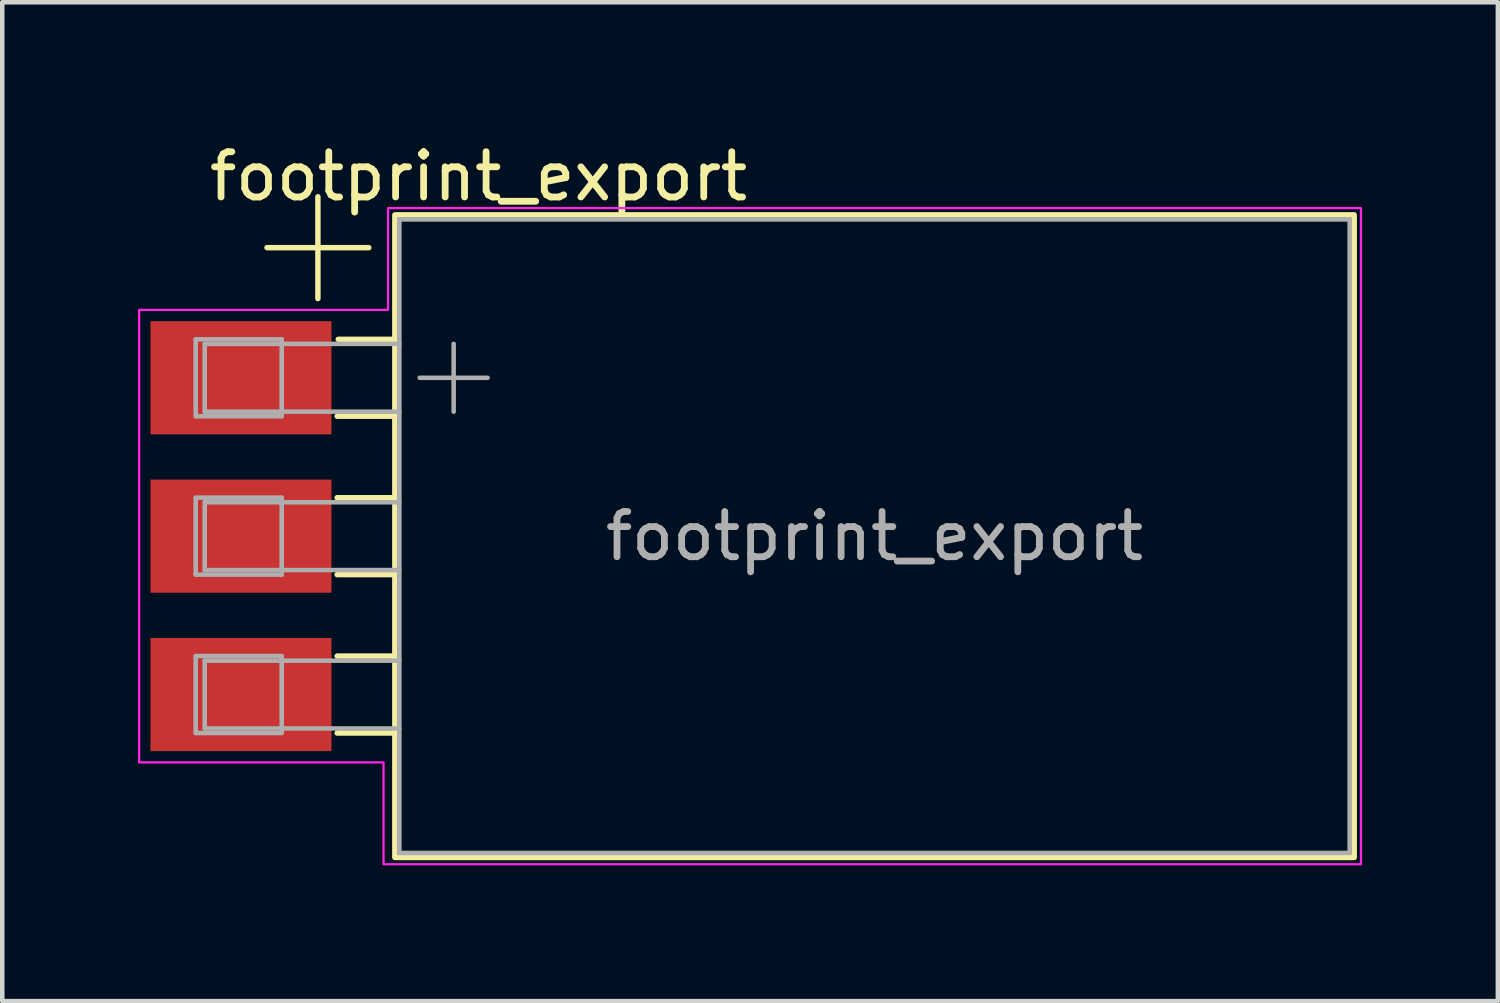
<source format=kicad_pcb>
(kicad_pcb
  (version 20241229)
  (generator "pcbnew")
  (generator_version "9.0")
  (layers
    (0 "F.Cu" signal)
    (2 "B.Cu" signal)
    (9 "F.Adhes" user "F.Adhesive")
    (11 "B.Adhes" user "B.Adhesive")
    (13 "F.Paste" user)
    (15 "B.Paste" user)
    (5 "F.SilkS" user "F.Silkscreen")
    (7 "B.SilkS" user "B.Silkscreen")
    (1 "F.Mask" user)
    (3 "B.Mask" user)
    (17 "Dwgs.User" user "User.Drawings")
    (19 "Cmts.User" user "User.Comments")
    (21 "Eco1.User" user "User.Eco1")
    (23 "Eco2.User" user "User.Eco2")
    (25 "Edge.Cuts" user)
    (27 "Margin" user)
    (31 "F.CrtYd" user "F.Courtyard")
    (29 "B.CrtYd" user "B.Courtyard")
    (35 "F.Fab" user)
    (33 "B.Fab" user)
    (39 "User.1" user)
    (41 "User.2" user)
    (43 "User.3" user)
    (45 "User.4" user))
  (footprint "footprint_export"
    (layer "F.Cu")
    (at 16.275 8.798)
    (property "Reference" "footprint_export" (at -8.75 -7.95 0) (layer "F.SilkS") (effects (font (size 1 1) (thickness 0.15))))
    (attr exclude_from_pos_files)
    (fp_line (start -13.425 -6.375) (end -11.175 -6.375) (stroke (width 0.12) (type solid)) (layer "F.SilkS"))
    (fp_line (start -12.3 -7.5) (end -12.3 -5.25) (stroke (width 0.12) (type solid)) (layer "F.SilkS"))
    (fp_line (start -11.875 -2.65) (end -10.625 -2.65) (stroke (width 0.12) (type solid)) (layer "F.SilkS"))
    (fp_line (start -11.875 -0.85) (end -10.625 -0.85) (stroke (width 0.12) (type solid)) (layer "F.SilkS"))
    (fp_line (start -11.875 0.85) (end -10.625 0.85) (stroke (width 0.12) (type solid)) (layer "F.SilkS"))
    (fp_line (start -11.875 2.65) (end -10.625 2.65) (stroke (width 0.12) (type solid)) (layer "F.SilkS"))
    (fp_line (start -11.875 4.35) (end -10.625 4.35) (stroke (width 0.12) (type solid)) (layer "F.SilkS"))
    (fp_line (start -11.85 -4.35) (end -10.6 -4.35) (stroke (width 0.12) (type solid)) (layer "F.SilkS"))
    (fp_rect (start -10.6 -7.1) (end 10.6 7.1) (stroke (width 0.12) (type solid)) (fill no) (layer "F.SilkS"))
    (fp_poly (pts (xy 10.75 7.25) (xy -10.85 7.25) (xy -10.85 5) (xy -16.25 5) (xy -16.25 -5) (xy -10.75 -5) (xy -10.75 -7.25) (xy 10.75 -7.25)) (stroke (width 0.05) (type solid)) (fill no) (layer "F.CrtYd"))
    (fp_line (start -15 -4.35) (end -15 -2.65) (stroke (width 0.1) (type solid)) (layer "F.Fab"))
    (fp_line (start -15 -2.65) (end -13.1 -2.65) (stroke (width 0.1) (type solid)) (layer "F.Fab"))
    (fp_line (start -15 -0.85) (end -15 0.85) (stroke (width 0.1) (type solid)) (layer "F.Fab"))
    (fp_line (start -15 0.85) (end -13.1 0.85) (stroke (width 0.1) (type solid)) (layer "F.Fab"))
    (fp_line (start -15 2.65) (end -15 4.35) (stroke (width 0.1) (type solid)) (layer "F.Fab"))
    (fp_line (start -15 4.35) (end -13.1 4.35) (stroke (width 0.1) (type solid)) (layer "F.Fab"))
    (fp_line (start -14.801 -4.249) (end -14.801 -2.751) (stroke (width 0.1) (type solid)) (layer "F.Fab"))
    (fp_line (start -14.801 -2.751) (end -10.5 -2.751) (stroke (width 0.1) (type solid)) (layer "F.Fab"))
    (fp_line (start -14.801 -0.749) (end -14.801 0.749) (stroke (width 0.1) (type solid)) (layer "F.Fab"))
    (fp_line (start -14.801 0.749) (end -10.5 0.749) (stroke (width 0.1) (type solid)) (layer "F.Fab"))
    (fp_line (start -14.801 2.751) (end -14.801 4.249) (stroke (width 0.1) (type solid)) (layer "F.Fab"))
    (fp_line (start -14.801 4.249) (end -10.5 4.249) (stroke (width 0.1) (type solid)) (layer "F.Fab"))
    (fp_line (start -13.1 -4.35) (end -15 -4.35) (stroke (width 0.1) (type solid)) (layer "F.Fab"))
    (fp_line (start -13.1 -2.65) (end -13.1 -4.35) (stroke (width 0.1) (type solid)) (layer "F.Fab"))
    (fp_line (start -13.1 -0.85) (end -15 -0.85) (stroke (width 0.1) (type solid)) (layer "F.Fab"))
    (fp_line (start -13.1 0.85) (end -13.1 -0.85) (stroke (width 0.1) (type solid)) (layer "F.Fab"))
    (fp_line (start -13.1 2.65) (end -15 2.65) (stroke (width 0.1) (type solid)) (layer "F.Fab"))
    (fp_line (start -13.1 4.35) (end -13.1 2.65) (stroke (width 0.1) (type solid)) (layer "F.Fab"))
    (fp_line (start -10.5 -4.249) (end -14.801 -4.249) (stroke (width 0.1) (type solid)) (layer "F.Fab"))
    (fp_line (start -10.5 -0.749) (end -14.801 -0.749) (stroke (width 0.1) (type solid)) (layer "F.Fab"))
    (fp_line (start -10.5 2.751) (end -14.801 2.751) (stroke (width 0.1) (type solid)) (layer "F.Fab"))
    (fp_line (start -10.5 -7) (end -10.5 7) (stroke (width 0.1) (type solid)) (layer "F.Fab"))
    (fp_line (start -10.5 7) (end 10.5 7) (stroke (width 0.1) (type solid)) (layer "F.Fab"))
    (fp_line (start -10.05 -3.5) (end -8.55 -3.5) (stroke (width 0.1) (type solid)) (layer "F.Fab"))
    (fp_line (start -9.3 -4.25) (end -9.3 -2.75) (stroke (width 0.1) (type solid)) (layer "F.Fab"))
    (fp_line (start 10.5 -7) (end -10.5 -7) (stroke (width 0.1) (type solid)) (layer "F.Fab"))
    (fp_line (start 10.5 7) (end 10.5 -7) (stroke (width 0.1) (type solid)) (layer "F.Fab"))
    (fp_text user "${REFERENCE}" (at 0 0 0) (unlocked yes) (layer "F.Fab") (effects (font (size 1 1) (thickness 0.15))))
    (pad "1" smd rect (at -14 -3.5 180) (size 4 2.5) (layers "F.Cu" "F.Mask"))
    (pad "2" smd rect (at -14 0 180) (size 4 2.5) (layers "F.Cu" "F.Mask"))
    (pad "3" smd rect (at -14 3.5 180) (size 4 2.5) (layers "F.Cu" "F.Mask")))
  (gr_rect
    (start -3 -3)
    (end 30.05 19.073)
    (stroke (width 0.1) (type default))
    (fill no)
    (layer "Edge.Cuts")))
</source>
